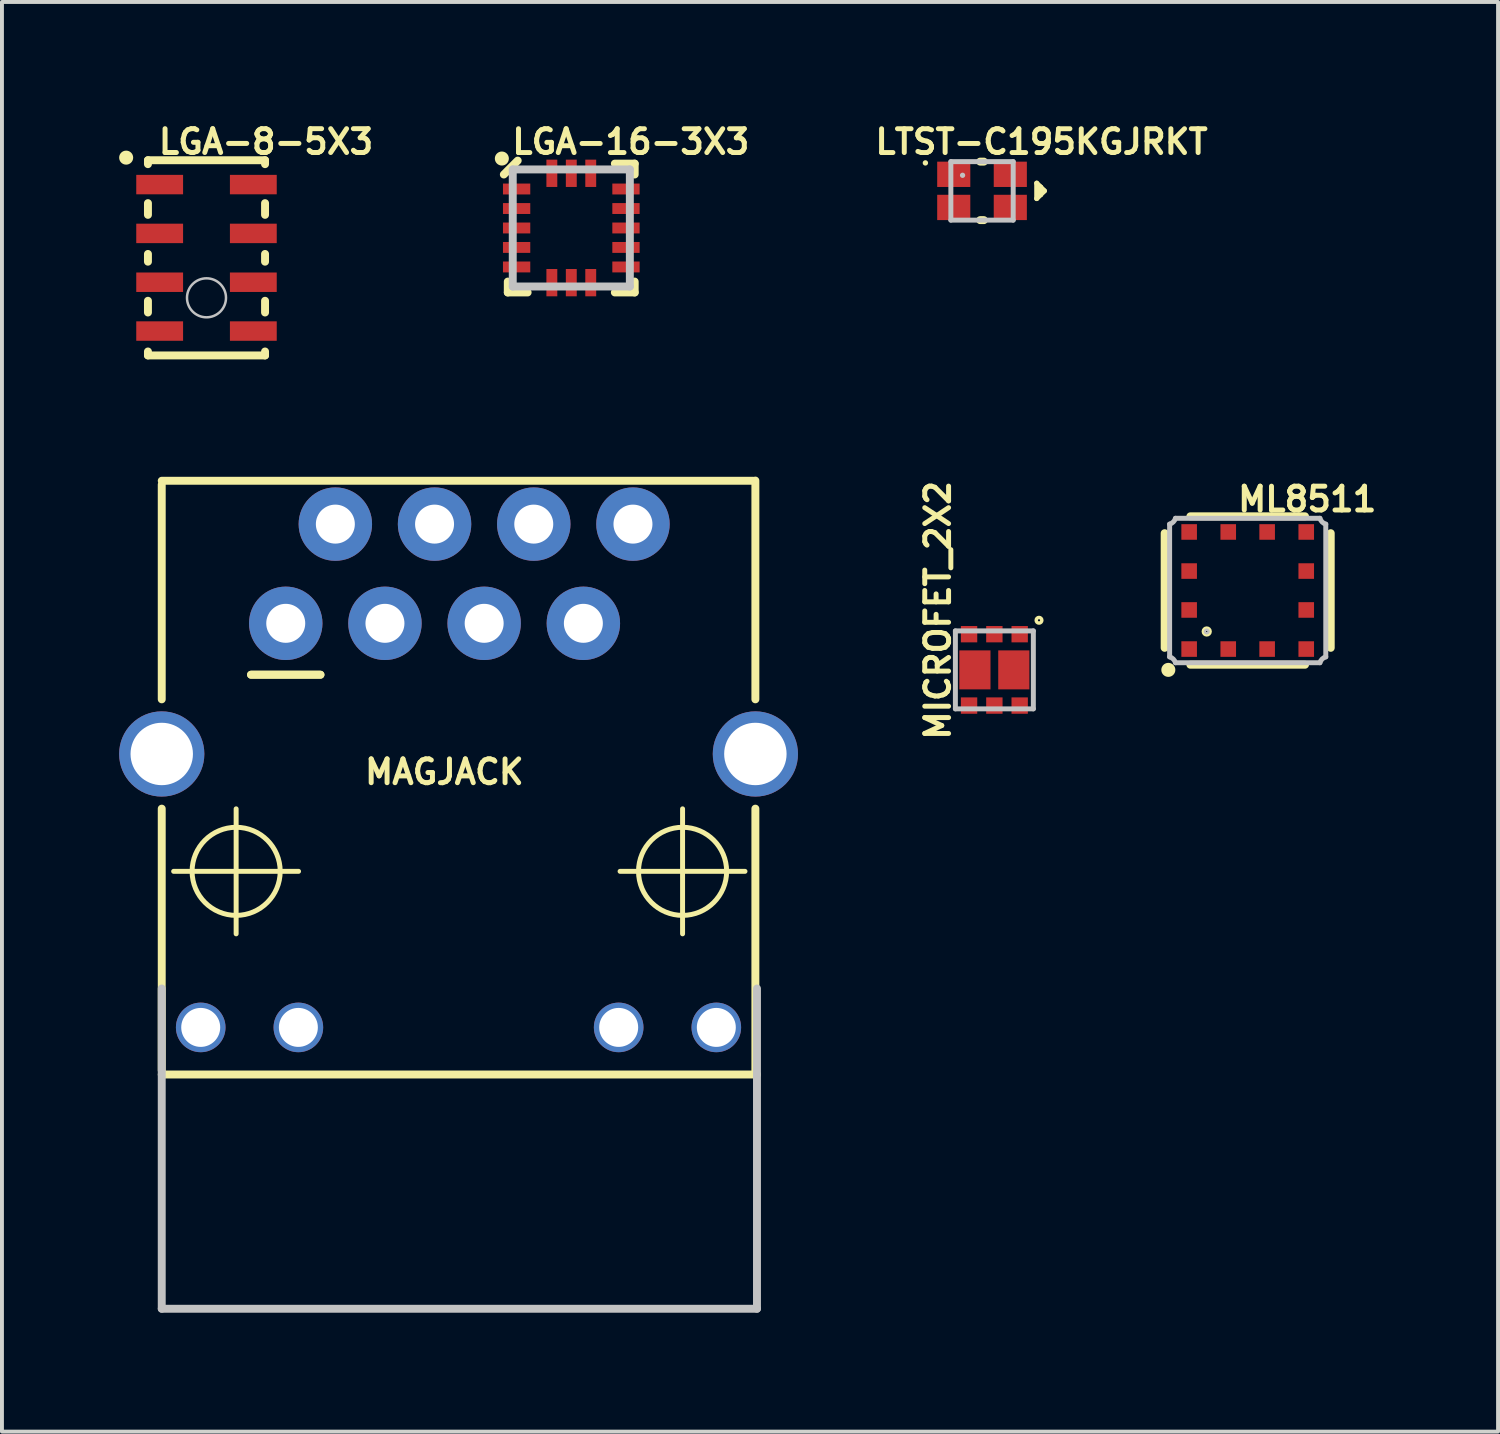
<source format=kicad_pcb>
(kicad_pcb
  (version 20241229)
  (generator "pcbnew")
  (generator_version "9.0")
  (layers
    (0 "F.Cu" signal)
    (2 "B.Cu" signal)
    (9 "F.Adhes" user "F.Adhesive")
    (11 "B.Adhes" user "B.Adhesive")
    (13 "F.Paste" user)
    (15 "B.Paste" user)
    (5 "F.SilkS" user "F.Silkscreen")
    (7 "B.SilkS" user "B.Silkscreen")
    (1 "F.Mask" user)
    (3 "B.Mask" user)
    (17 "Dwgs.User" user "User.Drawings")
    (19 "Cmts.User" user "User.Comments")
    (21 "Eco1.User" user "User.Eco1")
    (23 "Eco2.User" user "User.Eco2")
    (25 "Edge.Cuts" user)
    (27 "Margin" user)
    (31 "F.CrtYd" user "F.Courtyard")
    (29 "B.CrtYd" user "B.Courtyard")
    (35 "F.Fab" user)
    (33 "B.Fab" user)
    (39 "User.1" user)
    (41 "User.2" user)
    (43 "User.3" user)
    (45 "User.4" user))
  (footprint "LGA-8-5X3"
    (layer "F.Cu")
    (at 2.237 3.551)
    (property "Reference" "LGA-8-5X3" (at 1.524 -2.972 0) (layer "F.SilkS") (effects (font (size 0.61 0.61) (thickness 0.127))))
    (attr smd)
    (fp_line (start -1.499 -2.499) (end -1.499 -2.398) (stroke (width 0.203) (type solid)) (layer "F.SilkS"))
    (fp_line (start -1.499 -1.1) (end -1.499 -1.4) (stroke (width 0.203) (type solid)) (layer "F.SilkS"))
    (fp_line (start -1.499 0.099) (end -1.499 -0.099) (stroke (width 0.203) (type solid)) (layer "F.SilkS"))
    (fp_line (start -1.499 1.4) (end -1.499 1.1) (stroke (width 0.203) (type solid)) (layer "F.SilkS"))
    (fp_line (start -1.499 2.398) (end -1.499 2.499) (stroke (width 0.203) (type solid)) (layer "F.SilkS"))
    (fp_line (start -1.499 2.499) (end 1.499 2.499) (stroke (width 0.203) (type solid)) (layer "F.SilkS"))
    (fp_line (start 1.499 -2.499) (end -1.499 -2.499) (stroke (width 0.203) (type solid)) (layer "F.SilkS"))
    (fp_line (start 1.499 -2.499) (end 1.499 -2.398) (stroke (width 0.203) (type solid)) (layer "F.SilkS"))
    (fp_line (start 1.499 -1.1) (end 1.499 -1.4) (stroke (width 0.203) (type solid)) (layer "F.SilkS"))
    (fp_line (start 1.499 0.099) (end 1.499 -0.099) (stroke (width 0.203) (type solid)) (layer "F.SilkS"))
    (fp_line (start 1.499 1.4) (end 1.499 1.1) (stroke (width 0.203) (type solid)) (layer "F.SilkS"))
    (fp_line (start 1.499 2.398) (end 1.499 2.499) (stroke (width 0.203) (type solid)) (layer "F.SilkS"))
    (fp_circle (center -2.057 -2.565) (end -2.184 -2.692) (stroke (width 0) (type solid)) (fill yes) (layer "F.SilkS"))
    (fp_circle (center 0 1.024) (end -0.353 1.377) (stroke (width 0.064) (type solid)) (fill no) (layer "Dwgs.User"))
    (pad "1" smd rect (at -1.199 -1.875) (size 1.199 0.498) (layers "F.Cu" "F.Mask" "F.Paste"))
    (pad "2" smd rect (at -1.199 -0.625) (size 1.199 0.498) (layers "F.Cu" "F.Mask" "F.Paste"))
    (pad "3" smd rect (at -1.199 0.625) (size 1.199 0.498) (layers "F.Cu" "F.Mask" "F.Paste"))
    (pad "4" smd rect (at -1.199 1.875) (size 1.199 0.498) (layers "F.Cu" "F.Mask" "F.Paste"))
    (pad "5" smd rect (at 1.199 1.875) (size 1.199 0.498) (layers "F.Cu" "F.Mask" "F.Paste"))
    (pad "6" smd rect (at 1.199 0.625) (size 1.199 0.498) (layers "F.Cu" "F.Mask" "F.Paste"))
    (pad "7" smd rect (at 1.199 -0.625) (size 1.199 0.498) (layers "F.Cu" "F.Mask" "F.Paste"))
    (pad "8" smd rect (at 1.199 -1.875) (size 1.199 0.498) (layers "F.Cu" "F.Mask" "F.Paste")))
  (footprint "LGA-16-3X3"
    (layer "F.Cu")
    (at 11.577 2.787)
    (property "Reference" "LGA-16-3X3" (at 1.524 -2.207 0) (layer "F.SilkS") (effects (font (size 0.61 0.61) (thickness 0.127))))
    (attr smd)
    (fp_line (start -1.727 -1.369) (end -1.372 -1.725) (stroke (width 0.203) (type solid)) (layer "F.SilkS"))
    (fp_line (start -1.626 1.372) (end -1.626 1.651) (stroke (width 0.203) (type solid)) (layer "F.SilkS"))
    (fp_line (start -1.626 1.651) (end -1.118 1.651) (stroke (width 0.203) (type solid)) (layer "F.SilkS"))
    (fp_line (start 1.115 -1.648) (end 1.623 -1.648) (stroke (width 0.203) (type solid)) (layer "F.SilkS"))
    (fp_line (start 1.115 1.651) (end 1.623 1.651) (stroke (width 0.203) (type solid)) (layer "F.SilkS"))
    (fp_line (start 1.623 -1.648) (end 1.623 -1.369) (stroke (width 0.203) (type solid)) (layer "F.SilkS"))
    (fp_line (start 1.623 1.372) (end 1.623 1.651) (stroke (width 0.203) (type solid)) (layer "F.SilkS"))
    (fp_circle (center -1.778 -1.778) (end -1.905 -1.905) (stroke (width 0) (type solid)) (fill yes) (layer "F.SilkS"))
    (fp_line (start -1.499 -1.499) (end 1.499 -1.499) (stroke (width 0.203) (type solid)) (layer "Dwgs.User"))
    (fp_line (start -1.499 1.499) (end -1.499 -1.499) (stroke (width 0.203) (type solid)) (layer "Dwgs.User"))
    (fp_line (start 1.499 -1.499) (end 1.499 1.499) (stroke (width 0.203) (type solid)) (layer "Dwgs.User"))
    (fp_line (start 1.499 1.499) (end -1.499 1.499) (stroke (width 0.203) (type solid)) (layer "Dwgs.User"))
    (pad "1" smd rect (at -1.4 -0.998 180) (size 0.699 0.279) (layers "F.Cu" "F.Mask" "F.Paste"))
    (pad "2" smd rect (at -1.4 -0.498) (size 0.699 0.279) (layers "F.Cu" "F.Mask" "F.Paste"))
    (pad "3" smd rect (at -1.4 0) (size 0.699 0.279) (layers "F.Cu" "F.Mask" "F.Paste"))
    (pad "4" smd rect (at -1.4 0.498) (size 0.699 0.279) (layers "F.Cu" "F.Mask" "F.Paste"))
    (pad "5" smd rect (at -1.4 0.998 180) (size 0.699 0.279) (layers "F.Cu" "F.Mask" "F.Paste"))
    (pad "6" smd rect (at -0.498 1.4 90) (size 0.699 0.279) (layers "F.Cu" "F.Mask" "F.Paste"))
    (pad "7" smd rect (at 0 1.4 90) (size 0.699 0.279) (layers "F.Cu" "F.Mask" "F.Paste"))
    (pad "8" smd rect (at 0.498 1.4 90) (size 0.699 0.279) (layers "F.Cu" "F.Mask" "F.Paste"))
    (pad "9" smd rect (at 1.4 0.998 180) (size 0.699 0.279) (layers "F.Cu" "F.Mask" "F.Paste"))
    (pad "10" smd rect (at 1.4 0.498 180) (size 0.699 0.279) (layers "F.Cu" "F.Mask" "F.Paste"))
    (pad "11" smd rect (at 1.4 0 180) (size 0.699 0.279) (layers "F.Cu" "F.Mask" "F.Paste"))
    (pad "12" smd rect (at 1.4 -0.498 180) (size 0.699 0.279) (layers "F.Cu" "F.Mask" "F.Paste"))
    (pad "13" smd rect (at 1.4 -0.998 180) (size 0.699 0.279) (layers "F.Cu" "F.Mask" "F.Paste"))
    (pad "14" smd rect (at 0.498 -1.4 270) (size 0.699 0.279) (layers "F.Cu" "F.Mask" "F.Paste"))
    (pad "15" smd rect (at 0 -1.4 270) (size 0.699 0.279) (layers "F.Cu" "F.Mask" "F.Paste"))
    (pad "16" smd rect (at -0.498 -1.4 270) (size 0.699 0.279) (layers "F.Cu" "F.Mask" "F.Paste")))
  (footprint "LTST-C195KGJRKT"
    (layer "F.Cu")
    (at 22.093 1.837)
    (property "Reference" "LTST-C195KGJRKT" (at 1.524 -1.257 0) (layer "F.SilkS") (effects (font (size 0.61 0.61) (thickness 0.127))))
    (attr smd)
    (fp_line (start -0.048 -0.749) (end 0.048 -0.749) (stroke (width 0.203) (type solid)) (layer "F.SilkS"))
    (fp_line (start -0.048 0.749) (end 0.048 0.749) (stroke (width 0.203) (type solid)) (layer "F.SilkS"))
    (fp_line (start 1.4 0.198) (end 1.4 -0.198) (stroke (width 0.127) (type solid)) (layer "F.SilkS"))
    (fp_line (start 1.4 0.198) (end 1.499 0.099) (stroke (width 0.127) (type solid)) (layer "F.SilkS"))
    (fp_line (start 1.499 -0.099) (end 1.4 -0.198) (stroke (width 0.127) (type solid)) (layer "F.SilkS"))
    (fp_line (start 1.499 0.099) (end 1.499 -0.099) (stroke (width 0.127) (type solid)) (layer "F.SilkS"))
    (fp_line (start 1.499 0.099) (end 1.598 0) (stroke (width 0.127) (type solid)) (layer "F.SilkS"))
    (fp_line (start 1.598 0) (end 1.499 -0.099) (stroke (width 0.127) (type solid)) (layer "F.SilkS"))
    (fp_circle (center -1.45 -0.716) (end -1.499 -0.765) (stroke (width 0) (type solid)) (fill yes) (layer "F.SilkS"))
    (fp_line (start -0.798 -0.749) (end 0.798 -0.749) (stroke (width 0.127) (type solid)) (layer "Dwgs.User"))
    (fp_line (start -0.798 0.749) (end -0.798 -0.749) (stroke (width 0.127) (type solid)) (layer "Dwgs.User"))
    (fp_line (start 0.798 -0.749) (end 0.798 0.749) (stroke (width 0.127) (type solid)) (layer "Dwgs.User"))
    (fp_line (start 0.798 0.749) (end -0.798 0.749) (stroke (width 0.127) (type solid)) (layer "Dwgs.User"))
    (fp_circle (center -0.498 -0.399) (end -0.546 -0.447) (stroke (width 0) (type solid)) (fill yes) (layer "Dwgs.User"))
    (pad "P$1" smd rect (at -0.724 -0.424 90) (size 0.648 0.848) (layers "F.Cu" "F.Mask" "F.Paste"))
    (pad "P$2" smd rect (at -0.724 0.424 90) (size 0.648 0.848) (layers "F.Cu" "F.Mask" "F.Paste"))
    (pad "P$3" smd rect (at 0.724 -0.424 90) (size 0.648 0.848) (layers "F.Cu" "F.Mask" "F.Paste"))
    (pad "P$4" smd rect (at 0.724 0.424 90) (size 0.648 0.848) (layers "F.Cu" "F.Mask" "F.Paste")))
  (footprint "ML8511"
    (layer "F.Cu")
    (at 28.895 12.069)
    (property "Reference" "ML8511" (at 1.524 -2.337 0) (layer "F.SilkS") (effects (font (size 0.61 0.61) (thickness 0.127))))
    (attr smd)
    (fp_line (start -2.126 -1.468) (end -2.126 1.468) (stroke (width 0.203) (type solid)) (layer "F.SilkS"))
    (fp_line (start 1.468 -1.9) (end -1.468 -1.9) (stroke (width 0.203) (type solid)) (layer "F.SilkS"))
    (fp_line (start 1.468 1.9) (end -1.468 1.9) (stroke (width 0.203) (type solid)) (layer "F.SilkS"))
    (fp_line (start 2.126 1.468) (end 2.126 -1.468) (stroke (width 0.203) (type solid)) (layer "F.SilkS"))
    (fp_circle (center -2.032 2.032) (end -2.159 2.159) (stroke (width 0) (type solid)) (fill yes) (layer "F.SilkS"))
    (fp_circle (center -1.049 1.049) (end -1.072 1.072) (stroke (width 0.099) (type solid)) (fill no) (layer "F.SilkS"))
    (fp_line (start -1.999 1.699) (end -1.999 -1.699) (stroke (width 0.127) (type solid)) (layer "Dwgs.User"))
    (fp_line (start -1.849 -1.849) (end 1.849 -1.849) (stroke (width 0.127) (type solid)) (layer "Dwgs.User"))
    (fp_line (start 1.849 1.849) (end -1.849 1.849) (stroke (width 0.127) (type solid)) (layer "Dwgs.User"))
    (fp_line (start 1.999 -1.699) (end 1.999 1.699) (stroke (width 0.127) (type solid)) (layer "Dwgs.User"))
    (fp_arc (start -1.99898 1.69926) (mid -1.905006 1.755278) (end -1.849067 1.849299) (stroke (width 0.127) (type solid)) (layer "Dwgs.User"))
    (fp_arc (start -1.84912 -1.84912) (mid -1.905138 -1.755146) (end -1.999159 -1.699207) (stroke (width 0.127) (type solid)) (layer "Dwgs.User"))
    (fp_arc (start 1.84912 1.84912) (mid 1.905138 1.755146) (end 1.999159 1.699207) (stroke (width 0.127) (type solid)) (layer "Dwgs.User"))
    (fp_arc (start 1.99898 -1.69926) (mid 1.905006 -1.755278) (end 1.849067 -1.849299) (stroke (width 0.127) (type solid)) (layer "Dwgs.User"))
    (fp_circle (center -1.049 1.049) (end -1.082 1.082) (stroke (width 0.064) (type solid)) (fill no) (layer "Dwgs.User"))
    (pad "1" smd rect (at -1.499 1.499) (size 0.399 0.399) (layers "F.Cu" "F.Mask" "F.Paste"))
    (pad "2" smd rect (at -1.499 0.498) (size 0.399 0.399) (layers "F.Cu" "F.Mask" "F.Paste"))
    (pad "3" smd rect (at -1.499 -0.498) (size 0.399 0.399) (layers "F.Cu" "F.Mask" "F.Paste"))
    (pad "4" smd rect (at -1.499 -1.499) (size 0.399 0.399) (layers "F.Cu" "F.Mask" "F.Paste"))
    (pad "5" smd rect (at -0.498 -1.499) (size 0.399 0.399) (layers "F.Cu" "F.Mask" "F.Paste"))
    (pad "6" smd rect (at 0.498 -1.499) (size 0.399 0.399) (layers "F.Cu" "F.Mask" "F.Paste"))
    (pad "7" smd rect (at 1.499 -1.499) (size 0.399 0.399) (layers "F.Cu" "F.Mask" "F.Paste"))
    (pad "8" smd rect (at 1.499 -0.498) (size 0.399 0.399) (layers "F.Cu" "F.Mask" "F.Paste"))
    (pad "9" smd rect (at 1.499 0.498) (size 0.399 0.399) (layers "F.Cu" "F.Mask" "F.Paste"))
    (pad "10" smd rect (at 1.499 1.499) (size 0.399 0.399) (layers "F.Cu" "F.Mask" "F.Paste"))
    (pad "11" smd rect (at 0.498 1.499) (size 0.399 0.399) (layers "F.Cu" "F.Mask" "F.Paste"))
    (pad "12" smd rect (at -0.498 1.499) (size 0.399 0.399) (layers "F.Cu" "F.Mask" "F.Paste")))
  (footprint "MAGJACK"
    (layer "F.Cu")
    (at 1.091 30.354)
    (property "Reference" "MAGJACK" (at 7.236 -13.64 0) (layer "F.SilkS") (effects (font (size 0.61 0.61) (thickness 0.127))))
    (attr exclude_from_pos_files exclude_from_bom)
    (fp_line (start 0 -21.095) (end 15.138 -21.095) (stroke (width 0.203) (type solid)) (layer "F.SilkS"))
    (fp_line (start 0 -20.998) (end 0 -15.499) (stroke (width 0.203) (type solid)) (layer "F.SilkS"))
    (fp_line (start 0 -5.999) (end 0 -12.7) (stroke (width 0.203) (type solid)) (layer "F.SilkS"))
    (fp_line (start 0 -5.893) (end 15.24 -5.893) (stroke (width 0.203) (type solid)) (layer "F.SilkS"))
    (fp_line (start 0.305 -11.095) (end 3.503 -11.095) (stroke (width 0.127) (type solid)) (layer "F.SilkS"))
    (fp_line (start 1.905 -9.495) (end 1.905 -12.695) (stroke (width 0.127) (type solid)) (layer "F.SilkS"))
    (fp_line (start 2.286 -16.129) (end 4.064 -16.129) (stroke (width 0.203) (type solid)) (layer "F.SilkS"))
    (fp_line (start 4.064 -16.129) (end 2.286 -16.129) (stroke (width 0.203) (type solid)) (layer "F.SilkS"))
    (fp_line (start 11.735 -11.095) (end 14.933 -11.095) (stroke (width 0.127) (type solid)) (layer "F.SilkS"))
    (fp_line (start 13.335 -9.495) (end 13.335 -12.695) (stroke (width 0.127) (type solid)) (layer "F.SilkS"))
    (fp_line (start 15.199 -21.1) (end 15.199 -15.499) (stroke (width 0.203) (type solid)) (layer "F.SilkS"))
    (fp_line (start 15.199 -5.898) (end 15.199 -12.7) (stroke (width 0.203) (type solid)) (layer "F.SilkS"))
    (fp_circle (center 1.905 -11.095) (end 2.703 -11.892) (stroke (width 0.127) (type solid)) (fill no) (layer "F.SilkS"))
    (fp_circle (center 13.335 -11.095) (end 14.133 -11.892) (stroke (width 0.127) (type solid)) (fill no) (layer "F.SilkS"))
    (fp_line (start 0 -8.095) (end 0 0.104) (stroke (width 0.203) (type solid)) (layer "Dwgs.User"))
    (fp_line (start 0 0.104) (end 15.24 0.104) (stroke (width 0.203) (type solid)) (layer "Dwgs.User"))
    (fp_line (start 15.24 0.104) (end 15.24 -8.095) (stroke (width 0.203) (type solid)) (layer "Dwgs.User"))
    (pad "1" thru_hole circle (at 3.175 -17.445) (size 1.88 1.88) (drill 0.998) (layers "*.Cu" "*.Paste" "*.Mask"))
    (pad "2" thru_hole circle (at 4.445 -19.985) (size 1.88 1.88) (drill 0.998) (layers "*.Cu" "*.Paste" "*.Mask"))
    (pad "3" thru_hole circle (at 5.715 -17.445) (size 1.88 1.88) (drill 0.998) (layers "*.Cu" "*.Paste" "*.Mask"))
    (pad "4" thru_hole circle (at 6.985 -19.985) (size 1.88 1.88) (drill 0.998) (layers "*.Cu" "*.Paste" "*.Mask"))
    (pad "5" thru_hole circle (at 8.255 -17.445) (size 1.88 1.88) (drill 0.998) (layers "*.Cu" "*.Paste" "*.Mask"))
    (pad "6" thru_hole circle (at 9.525 -19.985) (size 1.88 1.88) (drill 0.998) (layers "*.Cu" "*.Paste" "*.Mask"))
    (pad "7" thru_hole circle (at 10.795 -17.445) (size 1.88 1.88) (drill 0.998) (layers "*.Cu" "*.Paste" "*.Mask"))
    (pad "8" thru_hole circle (at 12.065 -19.985) (size 1.88 1.88) (drill 0.998) (layers "*.Cu" "*.Paste" "*.Mask"))
    (pad "9" thru_hole circle (at 0.998 -7.099) (size 1.27 1.27) (drill 0.998) (layers "*.Cu" "*.Paste" "*.Mask"))
    (pad "10" thru_hole circle (at 3.498 -7.099) (size 1.27 1.27) (drill 0.998) (layers "*.Cu" "*.Paste" "*.Mask"))
    (pad "11" thru_hole circle (at 11.699 -7.099) (size 1.27 1.27) (drill 0.998) (layers "*.Cu" "*.Paste" "*.Mask"))
    (pad "12" thru_hole circle (at 14.199 -7.099) (size 1.27 1.27) (drill 0.998) (layers "*.Cu" "*.Paste" "*.Mask"))
    (pad "M1" thru_hole circle (at 0 -14.1) (size 2.182 2.182) (drill 1.598) (layers "*.Cu" "*.Paste" "*.Mask"))
    (pad "M2" thru_hole circle (at 15.199 -14.1) (size 2.182 2.182) (drill 1.598) (layers "*.Cu" "*.Paste" "*.Mask")))
  (footprint "MICROFET_2X2"
    (layer "F.Cu")
    (at 22.409 14.101)
    (property "Reference" "MICROFET_2X2" (at -1.448 -1.524 90) (layer "F.SilkS") (effects (font (size 0.61 0.61) (thickness 0.127))))
    (attr smd)
    (fp_circle (center 1.143 -1.27) (end 1.194 -1.321) (stroke (width 0.089) (type solid)) (fill no) (layer "F.SilkS"))
    (fp_line (start -0.998 -0.998) (end 0.998 -0.998) (stroke (width 0.127) (type solid)) (layer "Dwgs.User"))
    (fp_line (start -0.998 0.998) (end -0.998 -0.998) (stroke (width 0.127) (type solid)) (layer "Dwgs.User"))
    (fp_line (start 0.998 -0.998) (end 0.998 0.998) (stroke (width 0.127) (type solid)) (layer "Dwgs.User"))
    (fp_line (start 0.998 0.998) (end -0.998 0.998) (stroke (width 0.127) (type solid)) (layer "Dwgs.User"))
    (pad "D1" smd rect (at 0.498 0) (size 0.798 0.998) (layers "F.Cu" "F.Mask" "F.Paste"))
    (pad "D1_2" smd rect (at 0.648 0.914) (size 0.419 0.419) (layers "F.Cu" "F.Mask" "F.Paste"))
    (pad "D2" smd rect (at -0.498 0) (size 0.798 0.998) (layers "F.Cu" "F.Mask" "F.Paste"))
    (pad "D2_2" smd rect (at -0.648 -0.914) (size 0.419 0.419) (layers "F.Cu" "F.Mask" "F.Paste"))
    (pad "G1" smd rect (at 0 -0.914) (size 0.419 0.419) (layers "F.Cu" "F.Mask" "F.Paste"))
    (pad "G2" smd rect (at 0 0.914) (size 0.419 0.419) (layers "F.Cu" "F.Mask" "F.Paste"))
    (pad "S1" smd rect (at 0.648 -0.914) (size 0.419 0.419) (layers "F.Cu" "F.Mask" "F.Paste"))
    (pad "S2" smd rect (at -0.648 0.914) (size 0.419 0.419) (layers "F.Cu" "F.Mask" "F.Paste")))
  (gr_rect
    (start -3 -3)
    (end 35.305 33.604)
    (stroke (width 0.1) (type default))
    (fill no)
    (layer "Edge.Cuts")))
</source>
